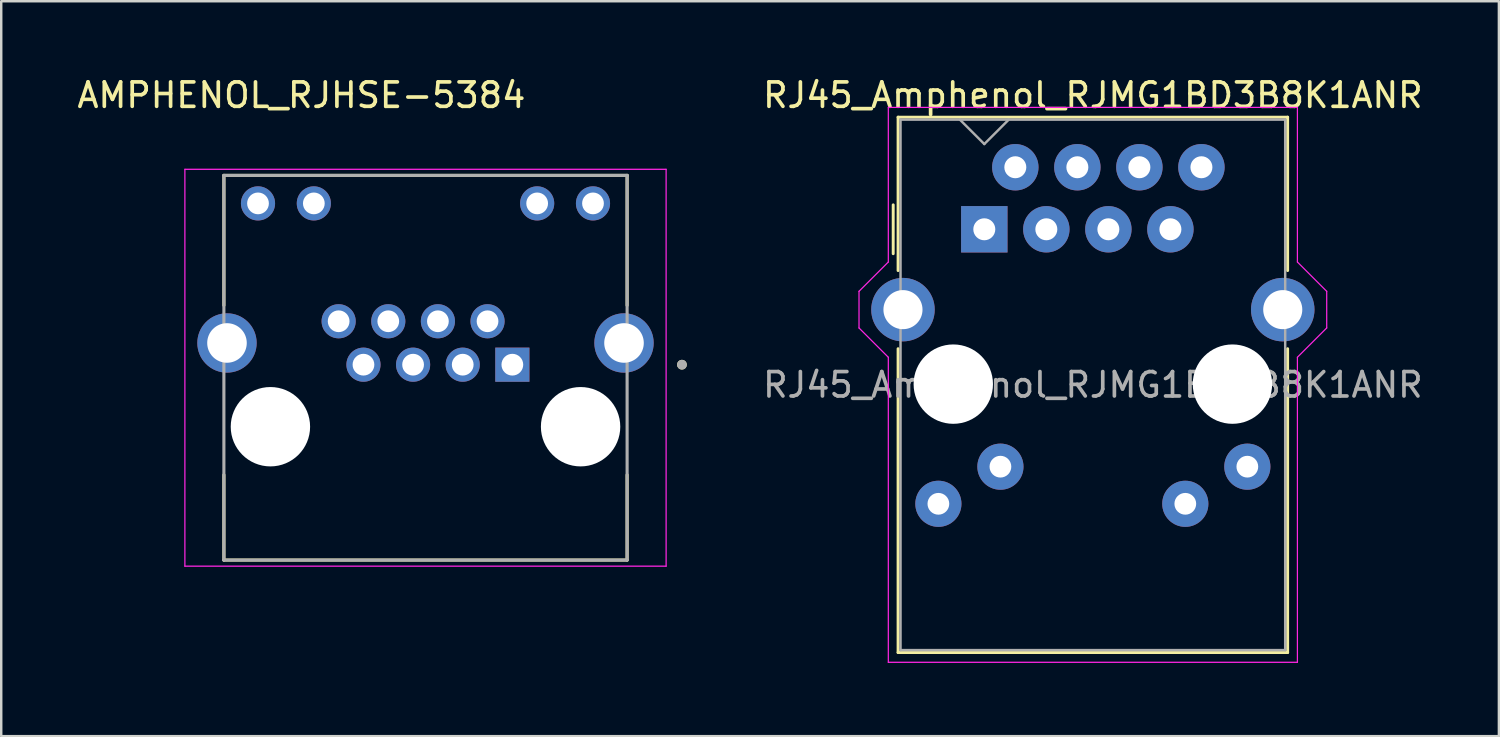
<source format=kicad_pcb>
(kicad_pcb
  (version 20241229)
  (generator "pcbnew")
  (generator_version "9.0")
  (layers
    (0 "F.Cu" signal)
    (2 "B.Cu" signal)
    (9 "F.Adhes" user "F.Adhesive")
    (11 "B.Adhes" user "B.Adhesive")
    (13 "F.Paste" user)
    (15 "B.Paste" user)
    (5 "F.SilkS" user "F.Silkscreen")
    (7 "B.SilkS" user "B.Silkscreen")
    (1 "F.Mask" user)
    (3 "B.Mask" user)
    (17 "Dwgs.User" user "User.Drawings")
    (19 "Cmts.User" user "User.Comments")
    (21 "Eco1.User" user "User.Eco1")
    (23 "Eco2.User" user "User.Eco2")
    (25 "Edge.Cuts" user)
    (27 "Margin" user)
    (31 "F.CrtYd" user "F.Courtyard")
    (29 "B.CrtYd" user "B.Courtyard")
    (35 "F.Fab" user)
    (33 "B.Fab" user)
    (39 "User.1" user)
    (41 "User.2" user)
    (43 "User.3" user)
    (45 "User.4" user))
  (footprint "RJ45_Amphenol_RJMG1BD3B8K1ANR"
    (layer "F.Cu")
    (at 37.252 6.338)
    (property "Reference" "RJ45_Amphenol_RJMG1BD3B8K1ANR" (at 4.445 -5.49 0) (layer "F.SilkS") (effects (font (size 1 1) (thickness 0.15))))
    (attr through_hole)
    (fp_line (start -3.73 -1) (end -3.73 1) (stroke (width 0.12) (type solid)) (layer "F.SilkS"))
    (fp_line (start -3.53 -4.59) (end 12.42 -4.59) (stroke (width 0.12) (type solid)) (layer "F.SilkS"))
    (fp_line (start -3.53 1.69) (end -3.53 -4.59) (stroke (width 0.12) (type solid)) (layer "F.SilkS"))
    (fp_line (start -3.53 17.33) (end -3.53 4.89) (stroke (width 0.12) (type solid)) (layer "F.SilkS"))
    (fp_line (start 12.42 -4.59) (end 12.42 1.69) (stroke (width 0.12) (type solid)) (layer "F.SilkS"))
    (fp_line (start 12.42 4.89) (end 12.42 17.33) (stroke (width 0.12) (type solid)) (layer "F.SilkS"))
    (fp_line (start 12.42 17.33) (end -3.53 17.33) (stroke (width 0.12) (type solid)) (layer "F.SilkS"))
    (fp_line (start -5.13 2.54) (end -5.13 4.04) (stroke (width 0.05) (type solid)) (layer "F.CrtYd"))
    (fp_line (start -5.13 4.04) (end -3.93 5.24) (stroke (width 0.05) (type default)) (layer "F.CrtYd"))
    (fp_line (start -3.93 -4.99) (end -3.93 1.34) (stroke (width 0.05) (type solid)) (layer "F.CrtYd"))
    (fp_line (start -3.93 1.34) (end -5.13 2.54) (stroke (width 0.05) (type default)) (layer "F.CrtYd"))
    (fp_line (start -3.93 5.24) (end -3.93 17.73) (stroke (width 0.05) (type solid)) (layer "F.CrtYd"))
    (fp_line (start -3.93 17.73) (end 12.82 17.73) (stroke (width 0.05) (type solid)) (layer "F.CrtYd"))
    (fp_line (start 12.82 -4.99) (end -3.93 -4.99) (stroke (width 0.05) (type solid)) (layer "F.CrtYd"))
    (fp_line (start 12.82 -4.99) (end 12.82 1.34) (stroke (width 0.05) (type solid)) (layer "F.CrtYd"))
    (fp_line (start 12.82 1.34) (end 14.02 2.54) (stroke (width 0.05) (type default)) (layer "F.CrtYd"))
    (fp_line (start 12.82 5.24) (end 12.82 17.73) (stroke (width 0.05) (type solid)) (layer "F.CrtYd"))
    (fp_line (start 14.02 2.54) (end 14.02 4.04) (stroke (width 0.05) (type solid)) (layer "F.CrtYd"))
    (fp_line (start 14.02 4.04) (end 12.82 5.24) (stroke (width 0.05) (type default)) (layer "F.CrtYd"))
    (fp_line (start -3.43 -4.49) (end 12.32 -4.49) (stroke (width 0.1) (type solid)) (layer "F.Fab"))
    (fp_line (start -3.43 17.23) (end -3.43 -4.49) (stroke (width 0.1) (type solid)) (layer "F.Fab"))
    (fp_line (start 0 -3.49) (end -1 -4.49) (stroke (width 0.1) (type default)) (layer "F.Fab"))
    (fp_line (start 0 -3.49) (end 1 -4.49) (stroke (width 0.1) (type default)) (layer "F.Fab"))
    (fp_line (start 12.32 -4.49) (end 12.32 17.23) (stroke (width 0.1) (type solid)) (layer "F.Fab"))
    (fp_line (start 12.32 17.23) (end -3.43 17.23) (stroke (width 0.1) (type solid)) (layer "F.Fab"))
    (fp_text user "${REFERENCE}" (at 4.445 6.37 0) (layer "F.Fab") (effects (font (size 1 1) (thickness 0.15))))
    (pad "" np_thru_hole circle (at -1.27 6.34) (size 3.25 3.25) (drill 3.25) (layers "*.Cu" "*.Mask"))
    (pad "" np_thru_hole circle (at 10.16 6.34) (size 3.25 3.25) (drill 3.25) (layers "*.Cu" "*.Mask"))
    (pad "L1" thru_hole circle (at 10.77 9.72) (size 1.89 1.89) (drill 0.89) (layers "*.Cu" "*.Mask"))
    (pad "L2" thru_hole circle (at 8.23 11.24) (size 1.89 1.89) (drill 0.89) (layers "*.Cu" "*.Mask"))
    (pad "L3" thru_hole circle (at 0.66 9.72) (size 1.89 1.89) (drill 0.89) (layers "*.Cu" "*.Mask"))
    (pad "L4" thru_hole circle (at -1.88 11.24) (size 1.89 1.89) (drill 0.89) (layers "*.Cu" "*.Mask"))
    (pad "R1" thru_hole rect (at 0 0) (size 1.9 1.9) (drill 0.9) (layers "*.Cu" "*.Mask"))
    (pad "R2" thru_hole circle (at 1.27 -2.54) (size 1.9 1.9) (drill 0.9) (layers "*.Cu" "*.Mask"))
    (pad "R3" thru_hole circle (at 2.54 0) (size 1.9 1.9) (drill 0.9) (layers "*.Cu" "*.Mask"))
    (pad "R4" thru_hole circle (at 3.81 -2.54) (size 1.9 1.9) (drill 0.9) (layers "*.Cu" "*.Mask"))
    (pad "R5" thru_hole circle (at 5.08 0) (size 1.9 1.9) (drill 0.9) (layers "*.Cu" "*.Mask"))
    (pad "R6" thru_hole circle (at 6.35 -2.54) (size 1.9 1.9) (drill 0.9) (layers "*.Cu" "*.Mask"))
    (pad "R7" thru_hole circle (at 7.62 0) (size 1.9 1.9) (drill 0.9) (layers "*.Cu" "*.Mask"))
    (pad "R8" thru_hole circle (at 8.89 -2.54) (size 1.9 1.9) (drill 0.9) (layers "*.Cu" "*.Mask"))
    (pad "SH" thru_hole circle (at -3.33 3.29) (size 2.6 2.6) (drill 1.6) (layers "*.Cu" "*.Mask"))
    (pad "SH" thru_hole circle (at 12.22 3.29) (size 2.6 2.6) (drill 1.6) (layers "*.Cu" "*.Mask")))
  (footprint "AMPHENOL_RJHSE-5384"
    (layer "F.Cu")
    (at 14.372 14.422)
    (property "Reference" "AMPHENOL_RJHSE-5384" (at -5.08 -13.574 0) (layer "F.SilkS") (effects (font (size 1 1) (thickness 0.15))))
    (attr through_hole)
    (fp_line (start -8.255 -10.29) (end 8.255 -10.29) (stroke (width 0.127) (type solid)) (layer "F.SilkS"))
    (fp_line (start -8.255 -4.968) (end -8.255 -10.29) (stroke (width 0.127) (type solid)) (layer "F.SilkS"))
    (fp_line (start -8.255 1.97) (end -8.255 5.46) (stroke (width 0.127) (type solid)) (layer "F.SilkS"))
    (fp_line (start -8.255 5.46) (end 8.255 5.46) (stroke (width 0.127) (type solid)) (layer "F.SilkS"))
    (fp_line (start 8.255 -10.29) (end 8.255 -4.968) (stroke (width 0.127) (type solid)) (layer "F.SilkS"))
    (fp_line (start 8.255 5.46) (end 8.255 1.97) (stroke (width 0.127) (type solid)) (layer "F.SilkS"))
    (fp_circle (center 10.5 -2.54) (end 10.6 -2.54) (stroke (width 0.2) (type solid)) (fill no) (layer "F.SilkS"))
    (fp_line (start -9.852 -10.54) (end -9.852 5.71) (stroke (width 0.05) (type solid)) (layer "F.CrtYd"))
    (fp_line (start -9.852 5.71) (end 9.852 5.71) (stroke (width 0.05) (type solid)) (layer "F.CrtYd"))
    (fp_line (start 9.852 -10.54) (end -9.852 -10.54) (stroke (width 0.05) (type solid)) (layer "F.CrtYd"))
    (fp_line (start 9.852 5.71) (end 9.852 -10.54) (stroke (width 0.05) (type solid)) (layer "F.CrtYd"))
    (fp_line (start -8.255 -10.29) (end -8.255 5.46) (stroke (width 0.127) (type solid)) (layer "F.Fab"))
    (fp_line (start -8.255 5.46) (end 8.255 5.46) (stroke (width 0.127) (type solid)) (layer "F.Fab"))
    (fp_line (start 8.255 -10.29) (end -8.255 -10.29) (stroke (width 0.127) (type solid)) (layer "F.Fab"))
    (fp_line (start 8.255 5.46) (end 8.255 -10.29) (stroke (width 0.127) (type solid)) (layer "F.Fab"))
    (fp_circle (center 10.5 -2.54) (end 10.6 -2.54) (stroke (width 0.2) (type solid)) (fill no) (layer "F.Fab"))
    (pad "" np_thru_hole circle (at -6.35 0) (size 3.25 3.25) (drill 3.25) (layers "*.Cu" "*.Mask"))
    (pad "" np_thru_hole circle (at 6.35 0) (size 3.25 3.25) (drill 3.25) (layers "*.Cu" "*.Mask"))
    (pad "1" thru_hole rect (at 3.556 -2.54) (size 1.398 1.398) (drill 0.89) (layers "*.Cu" "*.Mask"))
    (pad "2" thru_hole circle (at 2.54 -4.318) (size 1.398 1.398) (drill 0.89) (layers "*.Cu" "*.Mask"))
    (pad "3" thru_hole circle (at 1.524 -2.54) (size 1.398 1.398) (drill 0.89) (layers "*.Cu" "*.Mask"))
    (pad "4" thru_hole circle (at 0.508 -4.318) (size 1.398 1.398) (drill 0.89) (layers "*.Cu" "*.Mask"))
    (pad "5" thru_hole circle (at -0.508 -2.54) (size 1.398 1.398) (drill 0.89) (layers "*.Cu" "*.Mask"))
    (pad "6" thru_hole circle (at -1.524 -4.318) (size 1.398 1.398) (drill 0.89) (layers "*.Cu" "*.Mask"))
    (pad "7" thru_hole circle (at -2.54 -2.54) (size 1.398 1.398) (drill 0.89) (layers "*.Cu" "*.Mask"))
    (pad "8" thru_hole circle (at -3.556 -4.318) (size 1.398 1.398) (drill 0.89) (layers "*.Cu" "*.Mask"))
    (pad "9" thru_hole circle (at 6.858 -9.144) (size 1.398 1.398) (drill 0.89) (layers "*.Cu" "*.Mask"))
    (pad "10" thru_hole circle (at 4.572 -9.144) (size 1.398 1.398) (drill 0.89) (layers "*.Cu" "*.Mask"))
    (pad "11" thru_hole circle (at -4.572 -9.144) (size 1.398 1.398) (drill 0.89) (layers "*.Cu" "*.Mask"))
    (pad "12" thru_hole circle (at -6.858 -9.144) (size 1.398 1.398) (drill 0.89) (layers "*.Cu" "*.Mask"))
    (pad "S1" thru_hole circle (at -8.128 -3.429) (size 2.43 2.43) (drill 1.62) (layers "*.Cu" "*.Mask"))
    (pad "S2" thru_hole circle (at 8.128 -3.429) (size 2.43 2.43) (drill 1.62) (layers "*.Cu" "*.Mask")))
  (gr_rect
    (start -3 -3)
    (end 58.322 27.093)
    (stroke (width 0.1) (type default))
    (fill no)
    (layer "Edge.Cuts")))
</source>
